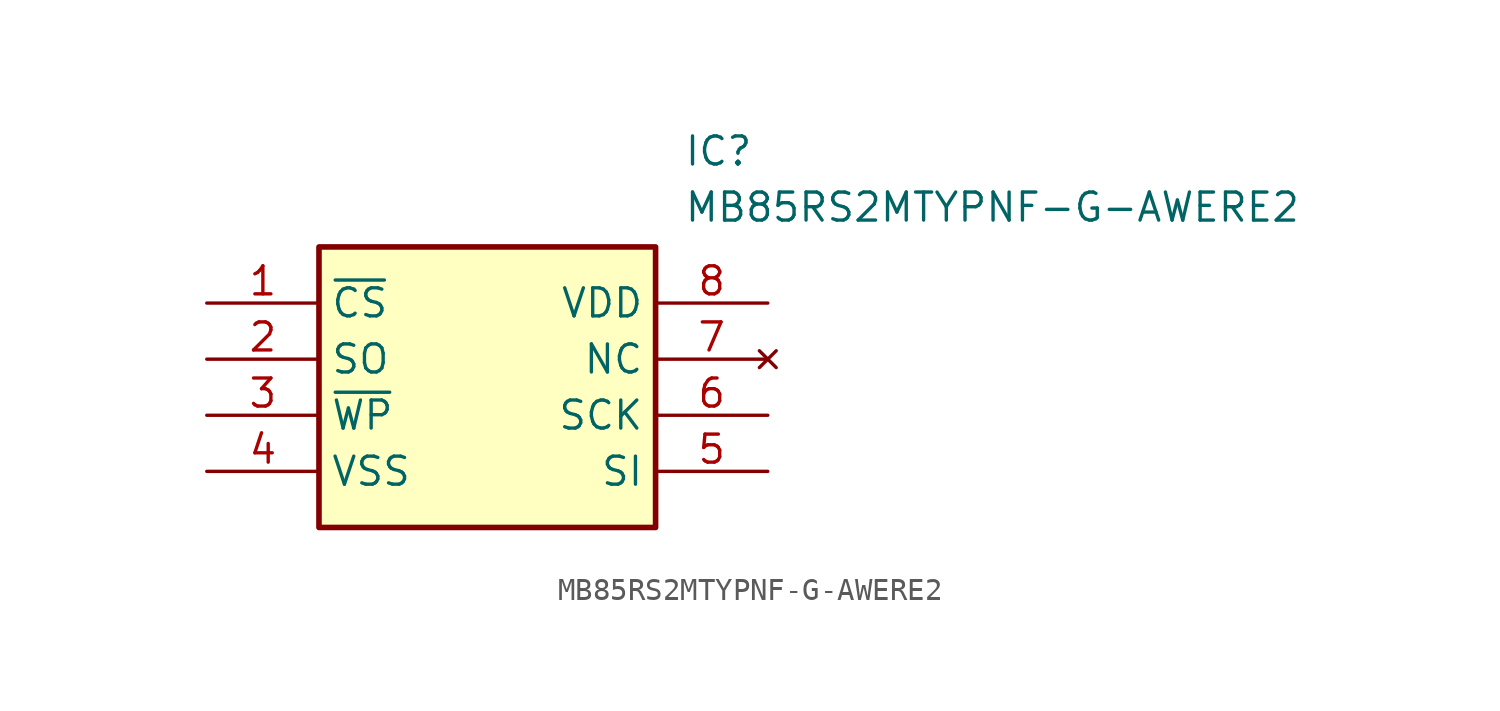
<source format=kicad_sym>
(kicad_symbol_lib
  (version 20211014)
  (generator SamacSys_ECAD_Model)
  (symbol "MB85RS2MTYPNF-G-AWERE2"
    (property "Reference" "IC"
      (at 21.59 7.62 0)
      (effects (font (size 1.27 1.27)) (justify left top)))
    (property "Value" "MB85RS2MTYPNF-G-AWERE2"
      (at 21.59 5.08 0)
      (effects (font (size 1.27 1.27)) (justify left top)))
    (rectangle
      (start 5.08 2.54)
      (end 20.32 -10.16)
      (stroke (width 0.254) (type default))
      (fill (type background)))
    (pin passive line
      (at 0 0 0)
      (length 5.08)
      (name "~{CS}" (effects (font (size 1.27 1.27))))
      (number "1" (effects (font (size 1.27 1.27)))))
    (pin passive line
      (at 0 -2.54 0)
      (length 5.08)
      (name "SO" (effects (font (size 1.27 1.27))))
      (number "2" (effects (font (size 1.27 1.27)))))
    (pin passive line
      (at 0 -5.08 0)
      (length 5.08)
      (name "~{WP}" (effects (font (size 1.27 1.27))))
      (number "3" (effects (font (size 1.27 1.27)))))
    (pin passive line
      (at 0 -7.62 0)
      (length 5.08)
      (name "VSS" (effects (font (size 1.27 1.27))))
      (number "4" (effects (font (size 1.27 1.27)))))
    (pin passive line
      (at 25.4 0 180)
      (length 5.08)
      (name "VDD" (effects (font (size 1.27 1.27))))
      (number "8" (effects (font (size 1.27 1.27)))))
    (pin no_connect line
      (at 25.4 -2.54 180)
      (length 5.08)
      (name "NC" (effects (font (size 1.27 1.27))))
      (number "7" (effects (font (size 1.27 1.27)))))
    (pin passive line
      (at 25.4 -5.08 180)
      (length 5.08)
      (name "SCK" (effects (font (size 1.27 1.27))))
      (number "6" (effects (font (size 1.27 1.27)))))
    (pin passive line
      (at 25.4 -7.62 180)
      (length 5.08)
      (name "SI" (effects (font (size 1.27 1.27))))
      (number "5" (effects (font (size 1.27 1.27)))))))
</source>
